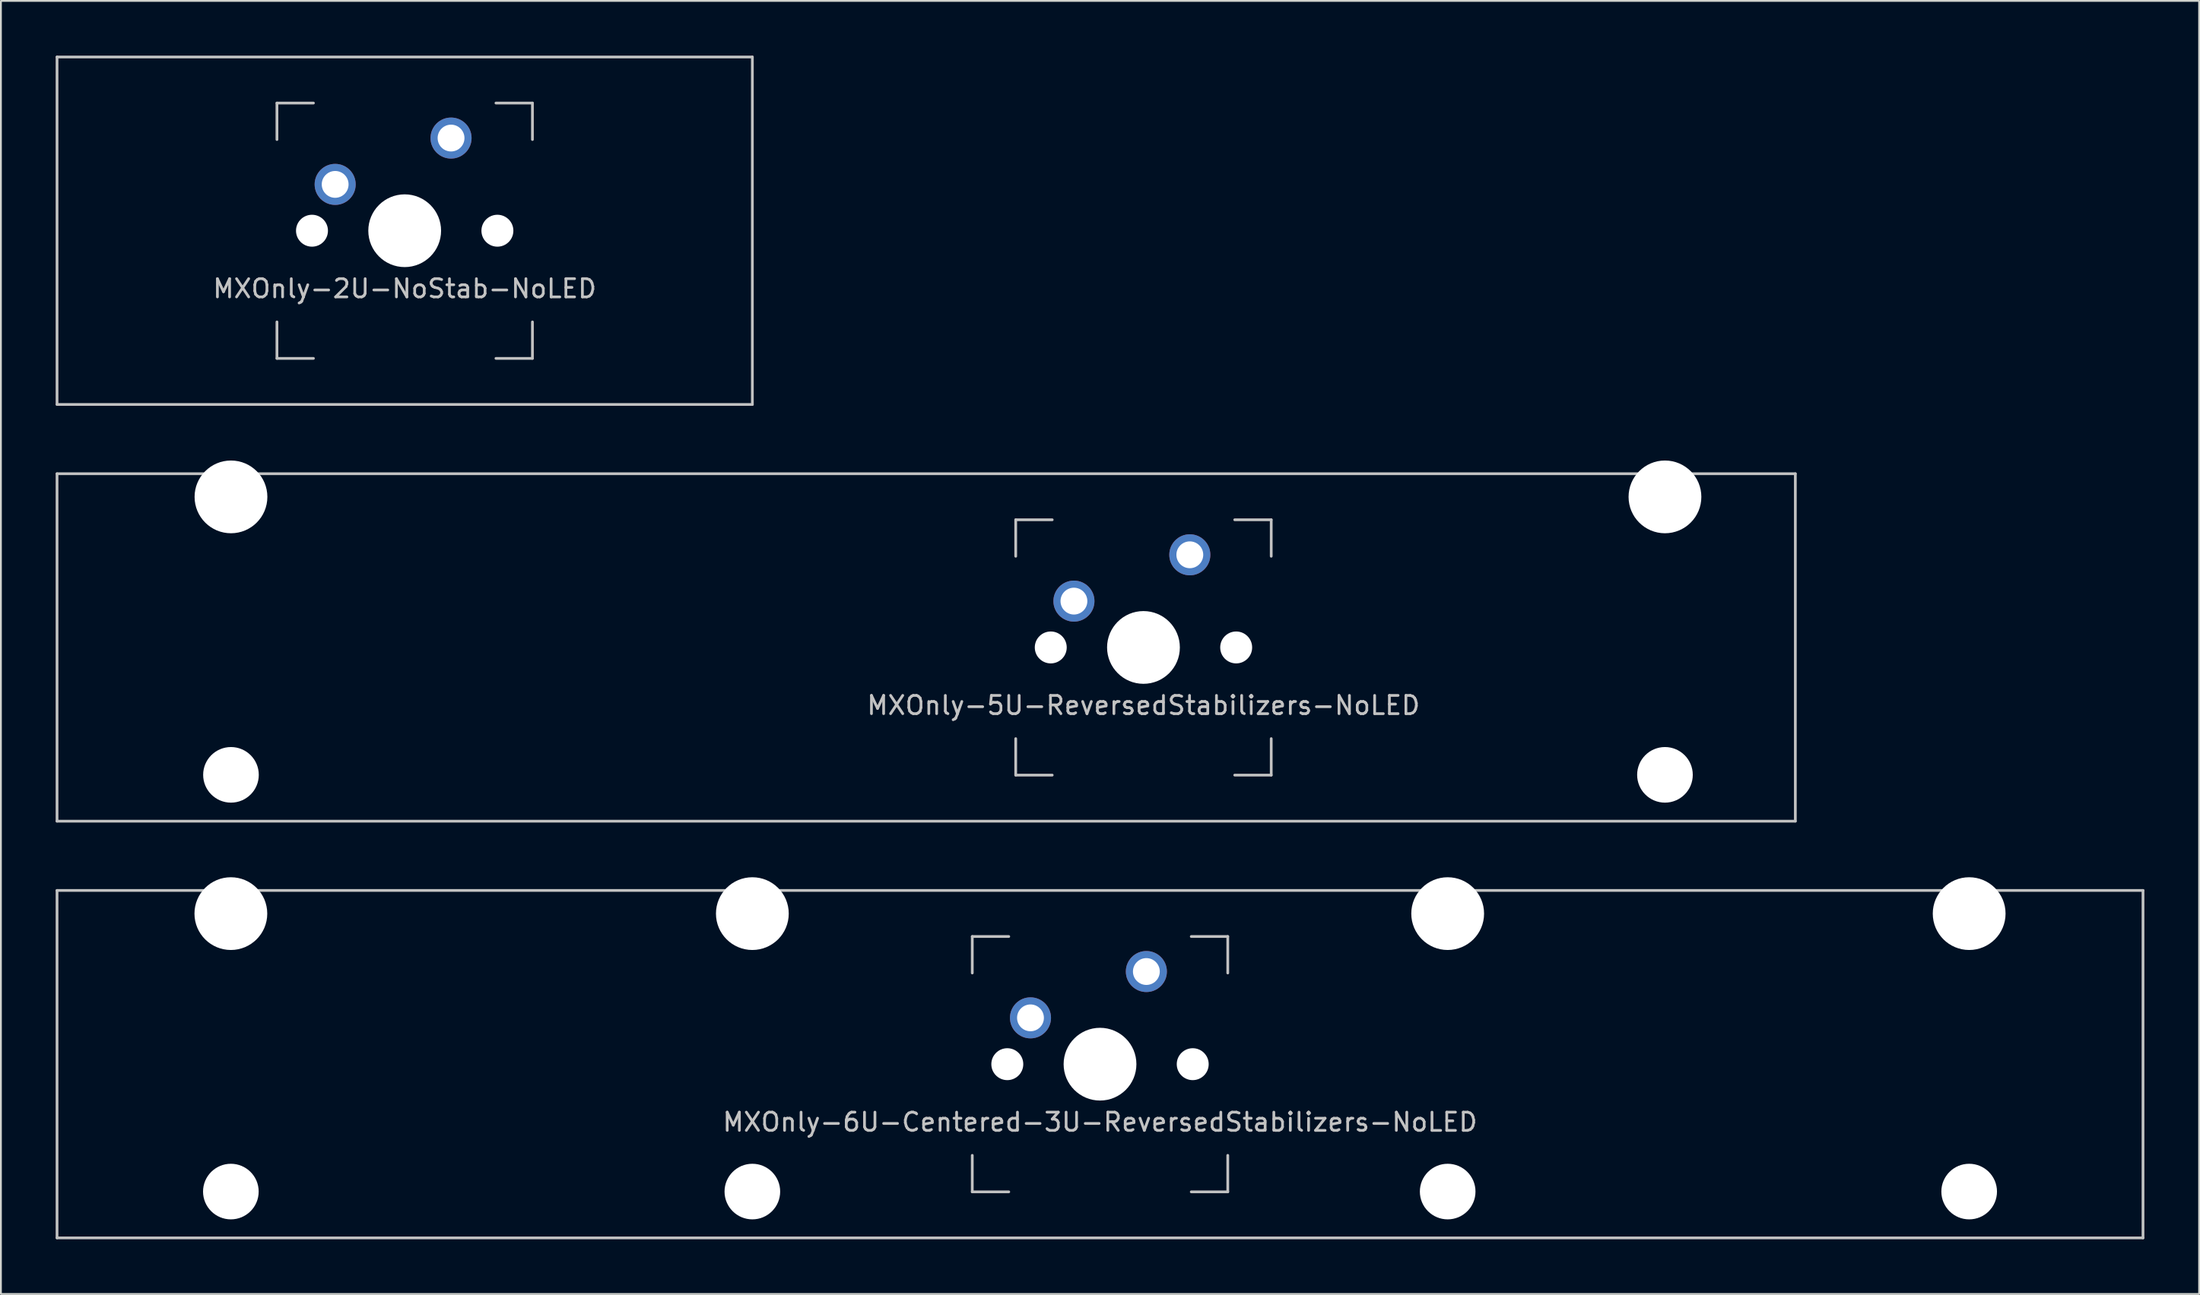
<source format=kicad_pcb>
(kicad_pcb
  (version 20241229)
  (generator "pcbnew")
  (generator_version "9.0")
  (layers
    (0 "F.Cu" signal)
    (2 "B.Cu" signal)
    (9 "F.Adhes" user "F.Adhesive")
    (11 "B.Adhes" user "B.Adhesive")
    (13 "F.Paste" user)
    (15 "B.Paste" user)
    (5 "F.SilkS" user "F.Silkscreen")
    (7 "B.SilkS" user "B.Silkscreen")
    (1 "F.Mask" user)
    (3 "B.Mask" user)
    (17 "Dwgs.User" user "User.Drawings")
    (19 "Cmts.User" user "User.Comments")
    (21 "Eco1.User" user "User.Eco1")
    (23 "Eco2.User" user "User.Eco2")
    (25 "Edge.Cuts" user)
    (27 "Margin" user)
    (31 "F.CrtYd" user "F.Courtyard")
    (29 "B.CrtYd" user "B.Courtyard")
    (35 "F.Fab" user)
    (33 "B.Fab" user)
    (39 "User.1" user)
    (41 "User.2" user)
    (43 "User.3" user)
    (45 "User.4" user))
  (footprint "MXOnly-6U-Centered-3U-ReversedStabilizers-NoLED"
    (layer "F.Cu")
    (at 57.225 55.298)
    (property "Reference" "MXOnly-6U-Centered-3U-ReversedStabilizers-NoLED" (at 0 3.175 0) (layer "Dwgs.User") (effects (font (size 1 1) (thickness 0.15))))
    (attr through_hole)
    (fp_line (start -57.15 -9.525) (end 57.15 -9.525) (stroke (width 0.15) (type solid)) (layer "Dwgs.User"))
    (fp_line (start -57.15 9.525) (end -57.15 -9.525) (stroke (width 0.15) (type solid)) (layer "Dwgs.User"))
    (fp_line (start -57.15 9.525) (end 57.15 9.525) (stroke (width 0.15) (type solid)) (layer "Dwgs.User"))
    (fp_line (start -7 -7) (end -7 -5) (stroke (width 0.15) (type solid)) (layer "Dwgs.User"))
    (fp_line (start -7 5) (end -7 7) (stroke (width 0.15) (type solid)) (layer "Dwgs.User"))
    (fp_line (start -7 7) (end -5 7) (stroke (width 0.15) (type solid)) (layer "Dwgs.User"))
    (fp_line (start -5 -7) (end -7 -7) (stroke (width 0.15) (type solid)) (layer "Dwgs.User"))
    (fp_line (start 5 -7) (end 7 -7) (stroke (width 0.15) (type solid)) (layer "Dwgs.User"))
    (fp_line (start 5 7) (end 7 7) (stroke (width 0.15) (type solid)) (layer "Dwgs.User"))
    (fp_line (start 7 -7) (end 7 -5) (stroke (width 0.15) (type solid)) (layer "Dwgs.User"))
    (fp_line (start 7 7) (end 7 5) (stroke (width 0.15) (type solid)) (layer "Dwgs.User"))
    (fp_line (start 57.15 -9.525) (end 57.15 9.525) (stroke (width 0.15) (type solid)) (layer "Dwgs.User"))
    (pad "" np_thru_hole circle (at -47.625 -8.255) (size 3.988 3.988) (drill 3.988) (layers "*.Cu" "*.Mask"))
    (pad "" np_thru_hole circle (at -47.625 6.985) (size 3.048 3.048) (drill 3.048) (layers "*.Cu" "*.Mask"))
    (pad "" np_thru_hole circle (at -19.05 -8.255) (size 3.988 3.988) (drill 3.988) (layers "*.Cu" "*.Mask"))
    (pad "" np_thru_hole circle (at -19.05 6.985) (size 3.048 3.048) (drill 3.048) (layers "*.Cu" "*.Mask"))
    (pad "" np_thru_hole circle (at -5.08 0 48.1) (size 1.75 1.75) (drill 1.75) (layers "*.Cu" "*.Mask"))
    (pad "" np_thru_hole circle (at 0 0) (size 3.988 3.988) (drill 3.988) (layers "*.Cu" "*.Mask"))
    (pad "" np_thru_hole circle (at 5.08 0 48.1) (size 1.75 1.75) (drill 1.75) (layers "*.Cu" "*.Mask"))
    (pad "" np_thru_hole circle (at 19.05 -8.255) (size 3.988 3.988) (drill 3.988) (layers "*.Cu" "*.Mask"))
    (pad "" np_thru_hole circle (at 19.05 6.985) (size 3.048 3.048) (drill 3.048) (layers "*.Cu" "*.Mask"))
    (pad "" np_thru_hole circle (at 47.625 -8.255) (size 3.988 3.988) (drill 3.988) (layers "*.Cu" "*.Mask"))
    (pad "" np_thru_hole circle (at 47.625 6.985) (size 3.048 3.048) (drill 3.048) (layers "*.Cu" "*.Mask"))
    (pad "1" thru_hole circle (at -3.81 -2.54) (size 2.25 2.25) (drill 1.47) (layers "*.Cu" "B.Mask"))
    (pad "2" thru_hole circle (at 2.54 -5.08) (size 2.25 2.25) (drill 1.47) (layers "*.Cu" "B.Mask")))
  (footprint "MXOnly-2U-NoStab-NoLED"
    (layer "F.Cu")
    (at 19.125 9.6)
    (property "Reference" "MXOnly-2U-NoStab-NoLED" (at 0 3.175 0) (layer "Dwgs.User") (effects (font (size 1 1) (thickness 0.15))))
    (attr through_hole)
    (fp_line (start -19.05 -9.525) (end 19.05 -9.525) (stroke (width 0.15) (type solid)) (layer "Dwgs.User"))
    (fp_line (start -19.05 9.525) (end -19.05 -9.525) (stroke (width 0.15) (type solid)) (layer "Dwgs.User"))
    (fp_line (start -19.05 9.525) (end 19.05 9.525) (stroke (width 0.15) (type solid)) (layer "Dwgs.User"))
    (fp_line (start -7 -7) (end -7 -5) (stroke (width 0.15) (type solid)) (layer "Dwgs.User"))
    (fp_line (start -7 5) (end -7 7) (stroke (width 0.15) (type solid)) (layer "Dwgs.User"))
    (fp_line (start -7 7) (end -5 7) (stroke (width 0.15) (type solid)) (layer "Dwgs.User"))
    (fp_line (start -5 -7) (end -7 -7) (stroke (width 0.15) (type solid)) (layer "Dwgs.User"))
    (fp_line (start 5 -7) (end 7 -7) (stroke (width 0.15) (type solid)) (layer "Dwgs.User"))
    (fp_line (start 5 7) (end 7 7) (stroke (width 0.15) (type solid)) (layer "Dwgs.User"))
    (fp_line (start 7 -7) (end 7 -5) (stroke (width 0.15) (type solid)) (layer "Dwgs.User"))
    (fp_line (start 7 7) (end 7 5) (stroke (width 0.15) (type solid)) (layer "Dwgs.User"))
    (fp_line (start 19.05 -9.525) (end 19.05 9.525) (stroke (width 0.15) (type solid)) (layer "Dwgs.User"))
    (pad "" np_thru_hole circle (at -5.08 0 48.1) (size 1.75 1.75) (drill 1.75) (layers "*.Cu" "*.Mask"))
    (pad "" np_thru_hole circle (at 0 0) (size 3.988 3.988) (drill 3.988) (layers "*.Cu" "*.Mask"))
    (pad "" np_thru_hole circle (at 5.08 0 48.1) (size 1.75 1.75) (drill 1.75) (layers "*.Cu" "*.Mask"))
    (pad "1" thru_hole circle (at -3.81 -2.54) (size 2.25 2.25) (drill 1.47) (layers "*.Cu" "B.Mask"))
    (pad "2" thru_hole circle (at 2.54 -5.08) (size 2.25 2.25) (drill 1.47) (layers "*.Cu" "B.Mask")))
  (footprint "MXOnly-5U-ReversedStabilizers-NoLED"
    (layer "F.Cu")
    (at 47.7 32.449)
    (property "Reference" "MXOnly-5U-ReversedStabilizers-NoLED" (at 11.906 3.175 0) (layer "Dwgs.User") (effects (font (size 1 1) (thickness 0.15))))
    (attr through_hole)
    (fp_line (start -47.625 -9.525) (end 47.625 -9.525) (stroke (width 0.15) (type solid)) (layer "Dwgs.User"))
    (fp_line (start -47.625 9.525) (end -47.625 -9.525) (stroke (width 0.15) (type solid)) (layer "Dwgs.User"))
    (fp_line (start -47.625 9.525) (end 47.625 9.525) (stroke (width 0.15) (type solid)) (layer "Dwgs.User"))
    (fp_line (start 4.906 -7) (end 4.906 -5) (stroke (width 0.15) (type solid)) (layer "Dwgs.User"))
    (fp_line (start 4.906 5) (end 4.906 7) (stroke (width 0.15) (type solid)) (layer "Dwgs.User"))
    (fp_line (start 4.906 7) (end 6.906 7) (stroke (width 0.15) (type solid)) (layer "Dwgs.User"))
    (fp_line (start 6.906 -7) (end 4.906 -7) (stroke (width 0.15) (type solid)) (layer "Dwgs.User"))
    (fp_line (start 16.906 -7) (end 18.906 -7) (stroke (width 0.15) (type solid)) (layer "Dwgs.User"))
    (fp_line (start 16.906 7) (end 18.906 7) (stroke (width 0.15) (type solid)) (layer "Dwgs.User"))
    (fp_line (start 18.906 -7) (end 18.906 -5) (stroke (width 0.15) (type solid)) (layer "Dwgs.User"))
    (fp_line (start 18.906 7) (end 18.906 5) (stroke (width 0.15) (type solid)) (layer "Dwgs.User"))
    (fp_line (start 47.625 -9.525) (end 47.625 9.525) (stroke (width 0.15) (type solid)) (layer "Dwgs.User"))
    (pad "" np_thru_hole circle (at -38.094 -8.255) (size 3.988 3.988) (drill 3.988) (layers "*.Cu" "*.Mask"))
    (pad "" np_thru_hole circle (at -38.094 6.985) (size 3.048 3.048) (drill 3.048) (layers "*.Cu" "*.Mask"))
    (pad "" np_thru_hole circle (at 6.826 0 48.1) (size 1.75 1.75) (drill 1.75) (layers "*.Cu" "*.Mask"))
    (pad "" np_thru_hole circle (at 11.906 0) (size 3.988 3.988) (drill 3.988) (layers "*.Cu" "*.Mask"))
    (pad "" np_thru_hole circle (at 16.986 0 48.1) (size 1.75 1.75) (drill 1.75) (layers "*.Cu" "*.Mask"))
    (pad "" np_thru_hole circle (at 40.481 -8.255) (size 3.988 3.988) (drill 3.988) (layers "*.Cu" "*.Mask"))
    (pad "" np_thru_hole circle (at 40.481 6.985) (size 3.048 3.048) (drill 3.048) (layers "*.Cu" "*.Mask"))
    (pad "1" thru_hole circle (at 8.096 -2.54) (size 2.25 2.25) (drill 1.47) (layers "*.Cu" "B.Mask"))
    (pad "2" thru_hole circle (at 14.446 -5.08) (size 2.25 2.25) (drill 1.47) (layers "*.Cu" "B.Mask")))
  (gr_rect
    (start -3 -3)
    (end 117.45 67.898)
    (stroke (width 0.1) (type default))
    (fill no)
    (layer "Edge.Cuts")))
</source>
